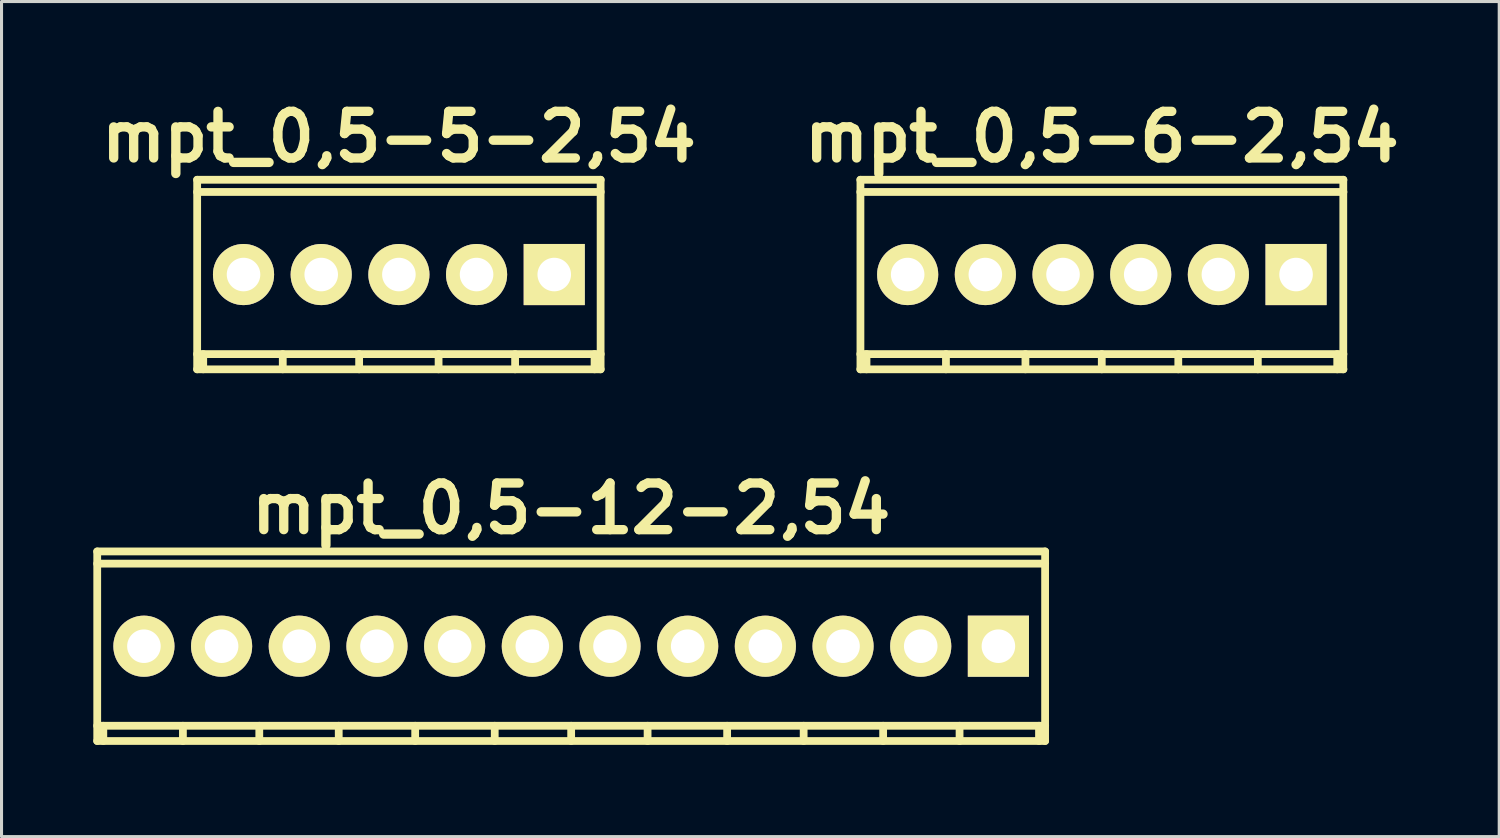
<source format=kicad_pcb>
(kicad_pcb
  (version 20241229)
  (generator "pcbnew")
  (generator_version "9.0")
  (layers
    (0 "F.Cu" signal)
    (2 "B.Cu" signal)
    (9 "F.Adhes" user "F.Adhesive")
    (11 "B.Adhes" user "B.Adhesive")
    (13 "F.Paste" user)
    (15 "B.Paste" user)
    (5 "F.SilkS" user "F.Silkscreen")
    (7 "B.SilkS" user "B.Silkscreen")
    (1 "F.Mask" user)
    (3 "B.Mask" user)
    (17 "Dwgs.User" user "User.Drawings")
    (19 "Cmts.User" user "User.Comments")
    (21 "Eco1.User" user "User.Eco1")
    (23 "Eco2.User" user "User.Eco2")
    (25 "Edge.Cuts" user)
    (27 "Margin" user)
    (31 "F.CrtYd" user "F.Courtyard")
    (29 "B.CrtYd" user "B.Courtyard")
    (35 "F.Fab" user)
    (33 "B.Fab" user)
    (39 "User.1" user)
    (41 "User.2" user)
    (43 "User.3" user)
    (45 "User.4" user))
  (footprint "mpt_0,5-12-2,54"
    (layer "F.Cu")
    (at 15.626 18.08)
    (property "Reference" "mpt_0,5-12-2,54" (at 0 -4.501 0) (layer "F.SilkS") (effects (font (size 1.524 1.524) (thickness 0.305))))
    (attr through_hole)
    (fp_line (start -15.499 -3.099) (end 15.499 -3.099) (stroke (width 0.254) (type solid)) (layer "F.SilkS"))
    (fp_line (start -15.499 2.601) (end 15.499 2.601) (stroke (width 0.254) (type solid)) (layer "F.SilkS"))
    (fp_line (start -15.497 -3.099) (end -15.497 3.099) (stroke (width 0.254) (type solid)) (layer "F.SilkS"))
    (fp_line (start -15.298 3.099) (end -15.298 2.601) (stroke (width 0.254) (type solid)) (layer "F.SilkS"))
    (fp_line (start -12.695 3.099) (end -12.695 2.601) (stroke (width 0.254) (type solid)) (layer "F.SilkS"))
    (fp_line (start -10.198 2.601) (end -10.198 3.099) (stroke (width 0.254) (type solid)) (layer "F.SilkS"))
    (fp_line (start -7.6 2.601) (end -7.6 3.099) (stroke (width 0.254) (type solid)) (layer "F.SilkS"))
    (fp_line (start -5.1 2.601) (end -5.1 3.099) (stroke (width 0.254) (type solid)) (layer "F.SilkS"))
    (fp_line (start -2.499 2.601) (end -2.499 3.099) (stroke (width 0.254) (type solid)) (layer "F.SilkS"))
    (fp_line (start 0 2.601) (end 0 3.099) (stroke (width 0.254) (type solid)) (layer "F.SilkS"))
    (fp_line (start 2.499 2.601) (end 2.499 3.099) (stroke (width 0.254) (type solid)) (layer "F.SilkS"))
    (fp_line (start 5.1 2.601) (end 5.1 3.099) (stroke (width 0.254) (type solid)) (layer "F.SilkS"))
    (fp_line (start 7.602 2.601) (end 7.602 3.099) (stroke (width 0.254) (type solid)) (layer "F.SilkS"))
    (fp_line (start 10.201 2.601) (end 10.201 3.099) (stroke (width 0.254) (type solid)) (layer "F.SilkS"))
    (fp_line (start 12.7 2.601) (end 12.7 3.099) (stroke (width 0.254) (type solid)) (layer "F.SilkS"))
    (fp_line (start 15.298 2.601) (end 15.298 3.099) (stroke (width 0.254) (type solid)) (layer "F.SilkS"))
    (fp_line (start 15.497 3.099) (end 15.497 -3.099) (stroke (width 0.254) (type solid)) (layer "F.SilkS"))
    (fp_line (start 15.499 -2.7) (end -15.499 -2.7) (stroke (width 0.254) (type solid)) (layer "F.SilkS"))
    (fp_line (start 15.499 3.099) (end -15.499 3.099) (stroke (width 0.254) (type solid)) (layer "F.SilkS"))
    (pad "1" thru_hole rect (at 13.97 0) (size 1.999 1.999) (drill 1.097) (layers "*.Cu" "*.Mask" "F.SilkS"))
    (pad "2" thru_hole oval (at 11.43 0) (size 1.999 1.999) (drill 1.097) (layers "*.Cu" "*.Mask" "F.SilkS"))
    (pad "3" thru_hole oval (at 8.89 0) (size 1.999 1.999) (drill 1.097) (layers "*.Cu" "*.Mask" "F.SilkS"))
    (pad "4" thru_hole oval (at 6.35 0) (size 1.999 1.999) (drill 1.097) (layers "*.Cu" "*.Mask" "F.SilkS"))
    (pad "5" thru_hole oval (at 3.81 0) (size 1.999 1.999) (drill 1.097) (layers "*.Cu" "*.Mask" "F.SilkS"))
    (pad "6" thru_hole oval (at 1.27 0) (size 1.999 1.999) (drill 1.097) (layers "*.Cu" "*.Mask" "F.SilkS"))
    (pad "7" thru_hole oval (at -1.27 0) (size 1.999 1.999) (drill 1.097) (layers "*.Cu" "*.Mask" "F.SilkS"))
    (pad "8" thru_hole oval (at -3.81 0) (size 1.999 1.999) (drill 1.097) (layers "*.Cu" "*.Mask" "F.SilkS"))
    (pad "9" thru_hole oval (at -6.35 0) (size 1.999 1.999) (drill 1.097) (layers "*.Cu" "*.Mask" "F.SilkS"))
    (pad "10" thru_hole oval (at -8.89 0) (size 1.999 1.999) (drill 1.097) (layers "*.Cu" "*.Mask" "F.SilkS"))
    (pad "11" thru_hole oval (at -11.43 0) (size 1.999 1.999) (drill 1.097) (layers "*.Cu" "*.Mask" "F.SilkS"))
    (pad "12" thru_hole oval (at -13.97 0) (size 1.999 1.999) (drill 1.097) (layers "*.Cu" "*.Mask" "F.SilkS")))
  (footprint "mpt_0,5-5-2,54"
    (layer "F.Cu")
    (at 9.993 5.927)
    (property "Reference" "mpt_0,5-5-2,54" (at 0 -4.501 0) (layer "F.SilkS") (effects (font (size 1.524 1.524) (thickness 0.305))))
    (attr through_hole)
    (fp_line (start -6.599 -2.7) (end 6.599 -2.7) (stroke (width 0.254) (type solid)) (layer "F.SilkS"))
    (fp_line (start -6.599 2.601) (end 6.599 2.601) (stroke (width 0.254) (type solid)) (layer "F.SilkS"))
    (fp_line (start -6.596 -3.099) (end -6.596 3.099) (stroke (width 0.254) (type solid)) (layer "F.SilkS"))
    (fp_line (start -6.398 3.099) (end -6.398 2.601) (stroke (width 0.254) (type solid)) (layer "F.SilkS"))
    (fp_line (start -3.797 3.099) (end -3.797 2.601) (stroke (width 0.254) (type solid)) (layer "F.SilkS"))
    (fp_line (start -1.3 2.601) (end -1.3 3.099) (stroke (width 0.254) (type solid)) (layer "F.SilkS"))
    (fp_line (start 1.298 2.601) (end 1.298 3.099) (stroke (width 0.254) (type solid)) (layer "F.SilkS"))
    (fp_line (start 3.8 2.601) (end 3.8 3.099) (stroke (width 0.254) (type solid)) (layer "F.SilkS"))
    (fp_line (start 6.398 2.601) (end 6.398 3.099) (stroke (width 0.254) (type solid)) (layer "F.SilkS"))
    (fp_line (start 6.596 3.099) (end 6.596 -3.099) (stroke (width 0.254) (type solid)) (layer "F.SilkS"))
    (fp_line (start 6.599 -3.099) (end -6.599 -3.099) (stroke (width 0.254) (type solid)) (layer "F.SilkS"))
    (fp_line (start 6.599 3.099) (end -6.599 3.099) (stroke (width 0.254) (type solid)) (layer "F.SilkS"))
    (pad "1" thru_hole rect (at 5.08 0) (size 1.999 1.999) (drill 1.097) (layers "*.Cu" "*.Mask" "F.SilkS"))
    (pad "2" thru_hole oval (at 2.54 0) (size 1.999 1.999) (drill 1.097) (layers "*.Cu" "*.Mask" "F.SilkS"))
    (pad "3" thru_hole oval (at 0 0) (size 1.999 1.999) (drill 1.097) (layers "*.Cu" "*.Mask" "F.SilkS"))
    (pad "4" thru_hole oval (at -2.54 0) (size 1.999 1.999) (drill 1.097) (layers "*.Cu" "*.Mask" "F.SilkS"))
    (pad "5" thru_hole oval (at -5.08 0) (size 1.999 1.999) (drill 1.097) (layers "*.Cu" "*.Mask" "F.SilkS")))
  (footprint "mpt_0,5-6-2,54"
    (layer "F.Cu")
    (at 32.979 5.927)
    (property "Reference" "mpt_0,5-6-2,54" (at 0 -4.501 0) (layer "F.SilkS") (effects (font (size 1.524 1.524) (thickness 0.305))))
    (attr through_hole)
    (fp_line (start -7.899 3.099) (end 7.899 3.099) (stroke (width 0.254) (type solid)) (layer "F.SilkS"))
    (fp_line (start -7.894 -3.099) (end -7.894 3.099) (stroke (width 0.254) (type solid)) (layer "F.SilkS"))
    (fp_line (start -7.696 3.099) (end -7.696 2.601) (stroke (width 0.254) (type solid)) (layer "F.SilkS"))
    (fp_line (start -5.098 3.099) (end -5.098 2.601) (stroke (width 0.254) (type solid)) (layer "F.SilkS"))
    (fp_line (start -2.499 2.601) (end -2.499 3.099) (stroke (width 0.254) (type solid)) (layer "F.SilkS"))
    (fp_line (start -0.003 2.601) (end -0.003 3.099) (stroke (width 0.254) (type solid)) (layer "F.SilkS"))
    (fp_line (start 2.499 2.601) (end 2.499 3.099) (stroke (width 0.254) (type solid)) (layer "F.SilkS"))
    (fp_line (start 5.1 2.601) (end 5.1 3.099) (stroke (width 0.254) (type solid)) (layer "F.SilkS"))
    (fp_line (start 7.696 2.601) (end 7.696 3.099) (stroke (width 0.254) (type solid)) (layer "F.SilkS"))
    (fp_line (start 7.894 3.099) (end 7.894 -3.099) (stroke (width 0.254) (type solid)) (layer "F.SilkS"))
    (fp_line (start 7.899 -3.099) (end -7.899 -3.099) (stroke (width 0.254) (type solid)) (layer "F.SilkS"))
    (fp_line (start 7.899 -2.7) (end -7.899 -2.7) (stroke (width 0.254) (type solid)) (layer "F.SilkS"))
    (fp_line (start 7.899 2.601) (end -7.899 2.601) (stroke (width 0.254) (type solid)) (layer "F.SilkS"))
    (pad "1" thru_hole rect (at 6.35 0) (size 1.999 1.999) (drill 1.097) (layers "*.Cu" "*.Mask" "F.SilkS"))
    (pad "2" thru_hole oval (at 3.81 0) (size 1.999 1.999) (drill 1.097) (layers "*.Cu" "*.Mask" "F.SilkS"))
    (pad "3" thru_hole oval (at 1.27 0) (size 1.999 1.999) (drill 1.097) (layers "*.Cu" "*.Mask" "F.SilkS"))
    (pad "4" thru_hole oval (at -1.27 0) (size 1.999 1.999) (drill 1.097) (layers "*.Cu" "*.Mask" "F.SilkS"))
    (pad "5" thru_hole oval (at -3.81 0) (size 1.999 1.999) (drill 1.097) (layers "*.Cu" "*.Mask" "F.SilkS"))
    (pad "6" thru_hole oval (at -6.35 0) (size 1.999 1.999) (drill 1.097) (layers "*.Cu" "*.Mask" "F.SilkS")))
  (gr_rect
    (start -3 -3)
    (end 45.972 24.306)
    (stroke (width 0.1) (type default))
    (fill no)
    (layer "Edge.Cuts")))
</source>
